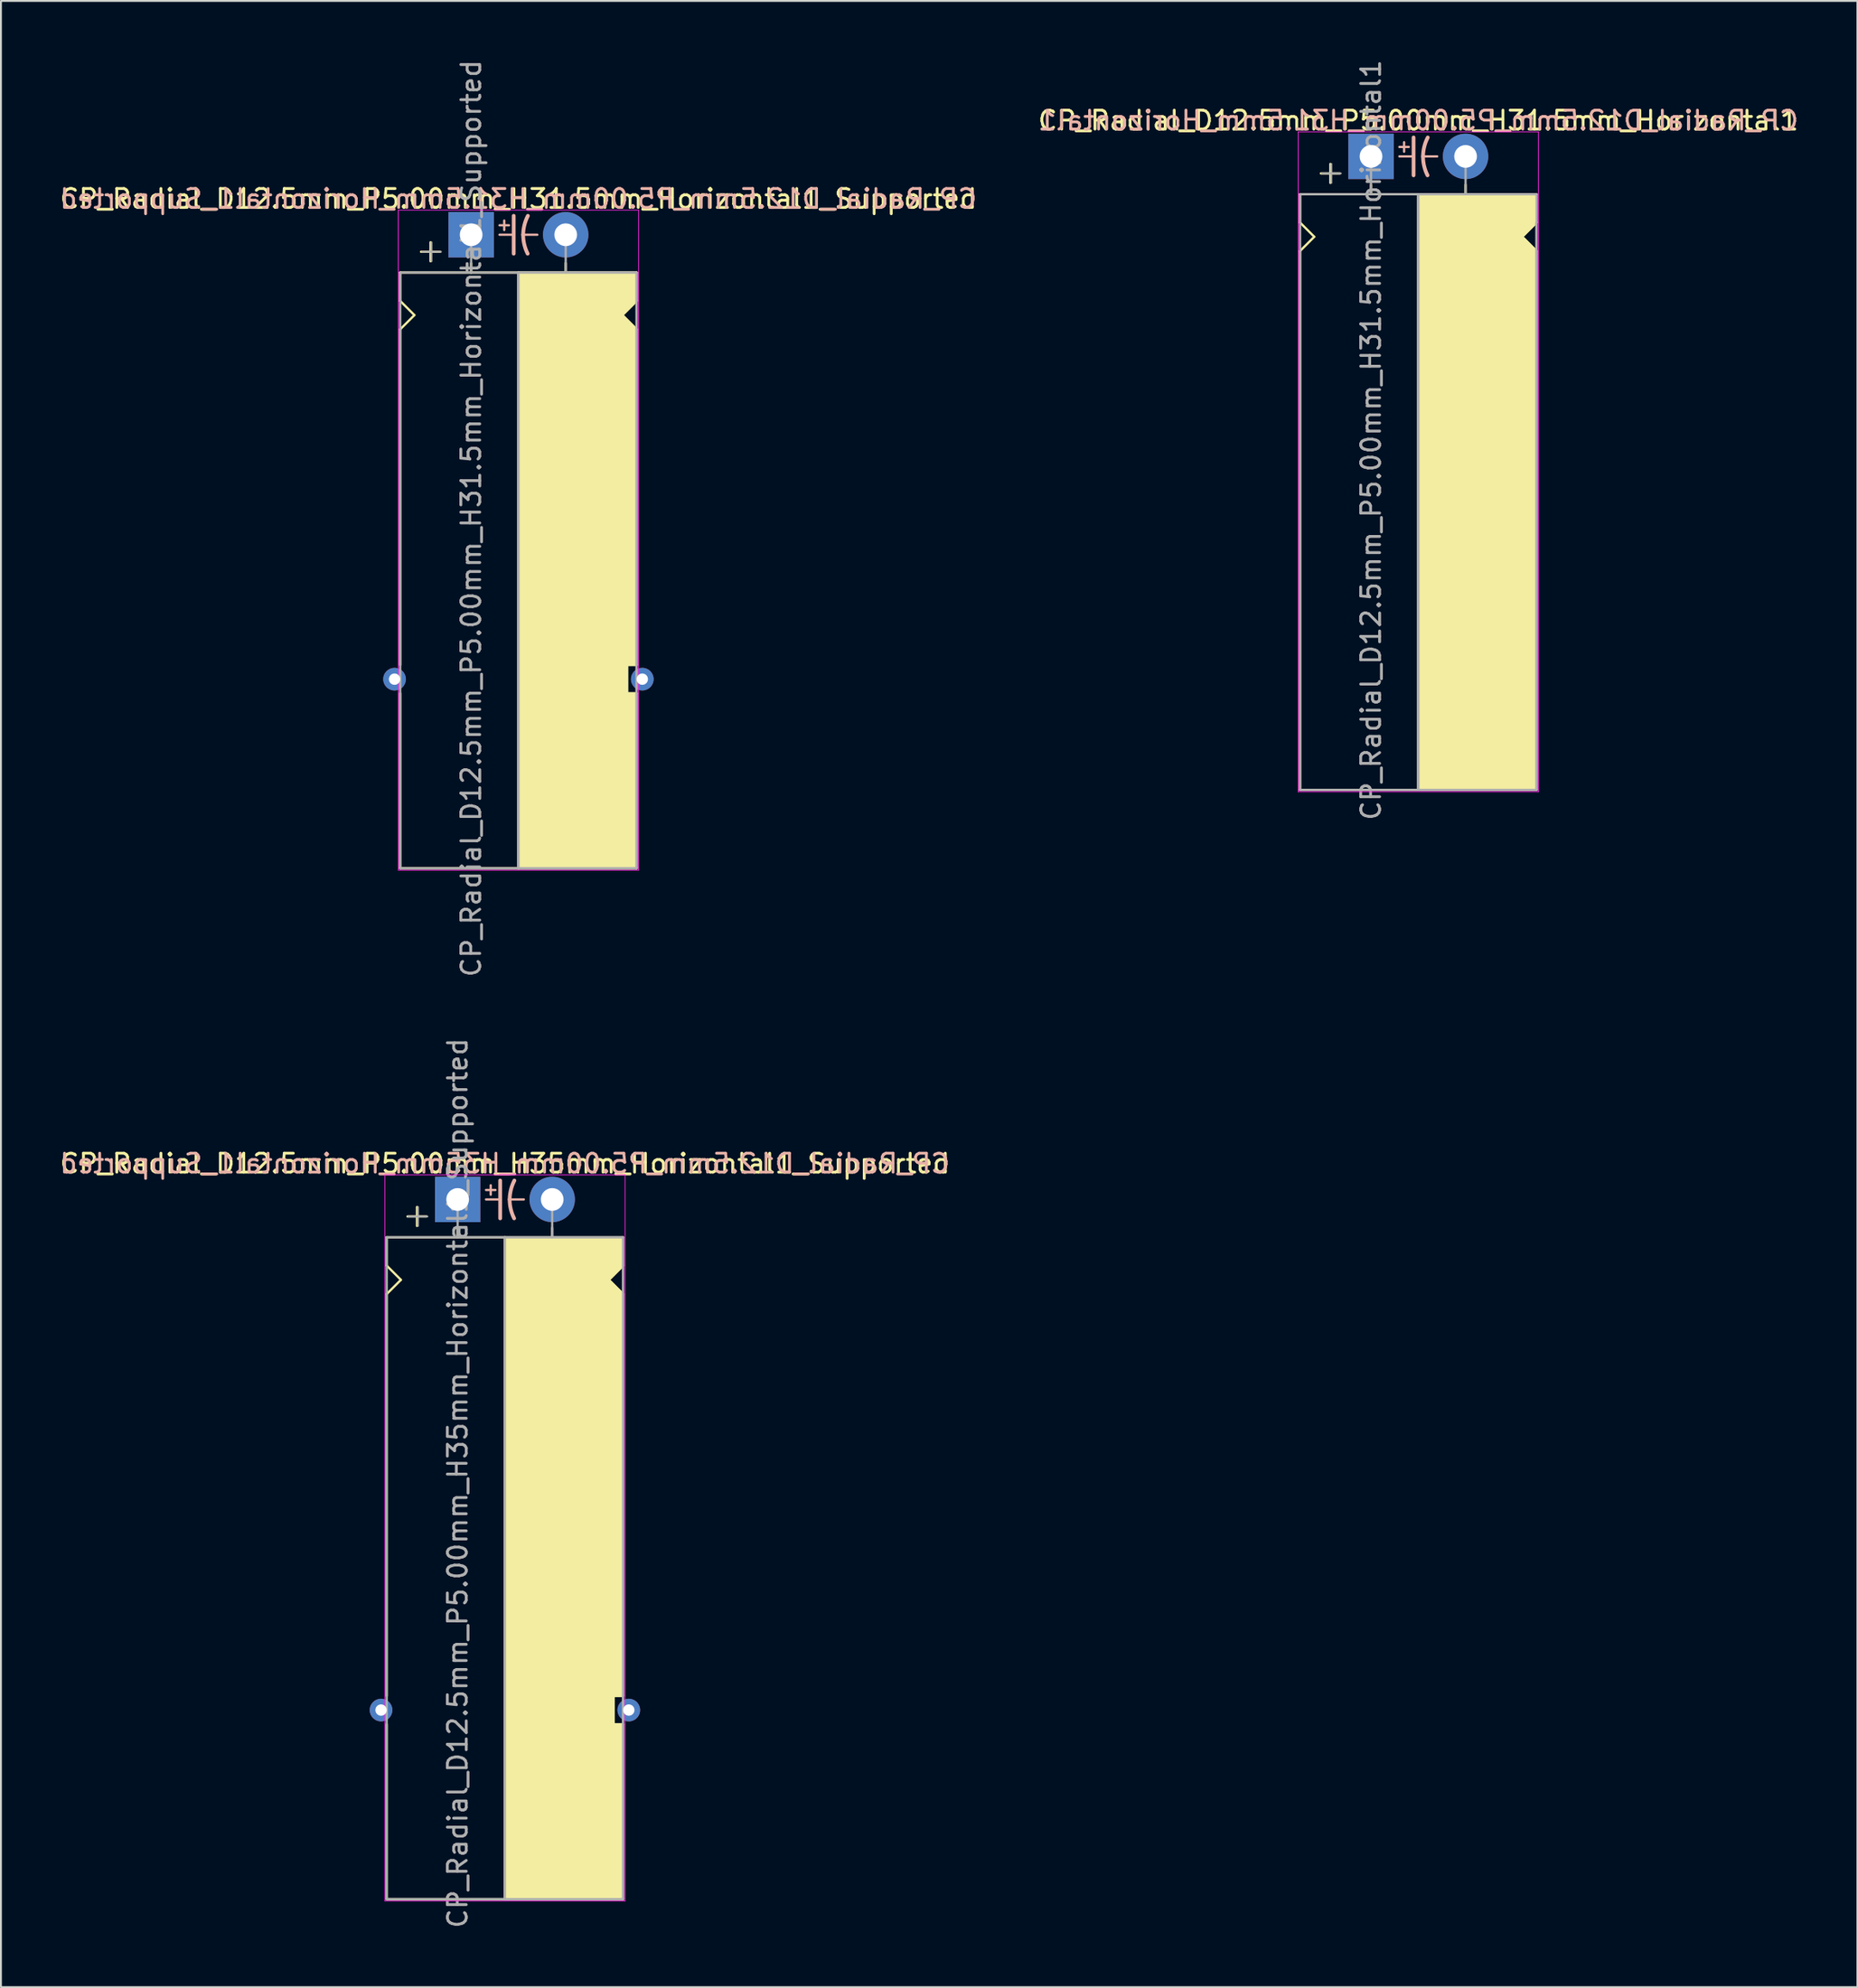
<source format=kicad_pcb>
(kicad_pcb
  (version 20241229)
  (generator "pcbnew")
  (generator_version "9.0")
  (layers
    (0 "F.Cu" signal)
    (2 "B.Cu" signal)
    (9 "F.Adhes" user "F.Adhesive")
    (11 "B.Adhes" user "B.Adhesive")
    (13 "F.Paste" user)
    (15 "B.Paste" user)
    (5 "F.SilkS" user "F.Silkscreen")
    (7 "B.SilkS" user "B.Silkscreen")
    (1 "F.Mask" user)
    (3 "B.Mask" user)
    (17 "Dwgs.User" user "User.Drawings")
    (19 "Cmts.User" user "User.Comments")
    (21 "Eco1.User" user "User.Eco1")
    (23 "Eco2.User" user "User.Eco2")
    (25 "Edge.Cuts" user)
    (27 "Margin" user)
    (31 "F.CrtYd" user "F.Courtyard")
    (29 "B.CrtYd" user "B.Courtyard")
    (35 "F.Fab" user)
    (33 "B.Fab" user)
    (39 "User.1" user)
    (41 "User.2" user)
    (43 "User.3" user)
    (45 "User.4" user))
  (footprint "CP_Radial_D12.5mm_P5.00mm_H35mm_Horizontal1_Supported"
    (layer "F.Cu")
    (at 21.149 60.375)
    (property "Reference" "CP_Radial_D12.5mm_P5.00mm_H35mm_Horizontal1_Supported" (at 2.5 -1.9 180) (layer "F.SilkS") (effects (font (size 1 1) (thickness 0.15))))
    (fp_line (start -3.75 2) (end -3.75 3.5) (stroke (width 0.12) (type solid)) (layer "F.SilkS"))
    (fp_line (start -3.75 3.5) (end -3 4.25) (stroke (width 0.12) (type solid)) (layer "F.SilkS"))
    (fp_line (start -3.75 5) (end -3.75 26.25) (stroke (width 0.12) (type solid)) (layer "F.SilkS"))
    (fp_line (start -3.75 37) (end -3.75 27.75) (stroke (width 0.12) (type solid)) (layer "F.SilkS"))
    (fp_line (start -3 4.25) (end -3.75 5) (stroke (width 0.12) (type solid)) (layer "F.SilkS"))
    (fp_line (start -2.15 0.4) (end -2.15 1.4) (stroke (width 0.12) (type solid)) (layer "F.SilkS"))
    (fp_line (start -1.65 0.9) (end -2.65 0.9) (stroke (width 0.12) (type solid)) (layer "F.SilkS"))
    (fp_line (start 0 1.5) (end 0 2) (stroke (width 0.12) (type solid)) (layer "F.SilkS"))
    (fp_line (start 2.5 2) (end -3.75 2) (stroke (width 0.12) (type solid)) (layer "F.SilkS"))
    (fp_line (start 2.5 2) (end 2.5 37) (stroke (width 0.12) (type solid)) (layer "F.SilkS"))
    (fp_line (start 2.5 2) (end 8.75 2) (stroke (width 0.12) (type solid)) (layer "F.SilkS"))
    (fp_line (start 5 1.5) (end 5 2) (stroke (width 0.12) (type solid)) (layer "F.SilkS"))
    (fp_line (start 8 4.25) (end 8.75 5) (stroke (width 0.12) (type solid)) (layer "F.SilkS"))
    (fp_line (start 8.25 26.25) (end 8.75 26.25) (stroke (width 0.12) (type solid)) (layer "F.SilkS"))
    (fp_line (start 8.25 27.75) (end 8.25 26.25) (stroke (width 0.12) (type solid)) (layer "F.SilkS"))
    (fp_line (start 8.75 2) (end 8.75 3.5) (stroke (width 0.12) (type solid)) (layer "F.SilkS"))
    (fp_line (start 8.75 3.5) (end 8 4.25) (stroke (width 0.12) (type solid)) (layer "F.SilkS"))
    (fp_line (start 8.75 5) (end 8.75 26.25) (stroke (width 0.12) (type solid)) (layer "F.SilkS"))
    (fp_line (start 8.75 27.75) (end 8.25 27.75) (stroke (width 0.12) (type solid)) (layer "F.SilkS"))
    (fp_line (start 8.75 37) (end -3.75 37) (stroke (width 0.12) (type solid)) (layer "F.SilkS"))
    (fp_line (start 8.75 37) (end 8.75 27.75) (stroke (width 0.12) (type solid)) (layer "F.SilkS"))
    (fp_poly (pts (xy 8.75 3.5) (xy 8 4.25) (xy 8.75 5) (xy 8.75 26.25) (xy 8.25 26.25) (xy 8.25 27.75) (xy 8.75 27.75) (xy 8.75 37) (xy 2.5 37) (xy 2.5 2) (xy 8.75 2)) (stroke (width 0.1) (type solid)) (fill yes) (layer "F.SilkS"))
    (fp_line (start 1.5 -0.5) (end 2 -0.5) (stroke (width 0.12) (type solid)) (layer "B.SilkS"))
    (fp_line (start 1.5 0) (end 2.25 0) (stroke (width 0.12) (type solid)) (layer "B.SilkS"))
    (fp_line (start 1.75 -0.75) (end 1.75 -0.25) (stroke (width 0.12) (type solid)) (layer "B.SilkS"))
    (fp_line (start 2.25 1) (end 2.25 -1) (stroke (width 0.2) (type solid)) (layer "B.SilkS"))
    (fp_line (start 3.5 0) (end 2.75 0) (stroke (width 0.12) (type solid)) (layer "B.SilkS"))
    (fp_arc (start 2.75 0) (mid 2.816707 -0.514573) (end 3 -1) (stroke (width 0.2) (type solid)) (layer "B.SilkS"))
    (fp_arc (start 2.987539 1) (mid 2.810247 0.513901) (end 2.75 0) (stroke (width 0.2) (type solid)) (layer "B.SilkS"))
    (fp_line (start -3.85 -1.3) (end 8.85 -1.3) (stroke (width 0.04) (type solid)) (layer "F.CrtYd"))
    (fp_line (start -3.85 37.1) (end -3.85 -1.3) (stroke (width 0.04) (type solid)) (layer "F.CrtYd"))
    (fp_line (start 8.85 -1.3) (end 8.85 37.1) (stroke (width 0.04) (type solid)) (layer "F.CrtYd"))
    (fp_line (start 8.85 37.1) (end -3.85 37.1) (stroke (width 0.04) (type solid)) (layer "F.CrtYd"))
    (fp_line (start -3.75 2) (end -3.75 37) (stroke (width 0.12) (type solid)) (layer "F.Fab"))
    (fp_line (start -3.75 37) (end 8.75 37) (stroke (width 0.12) (type solid)) (layer "F.Fab"))
    (fp_line (start -2.6 0.9) (end -1.6 0.9) (stroke (width 0.1) (type solid)) (layer "F.Fab"))
    (fp_line (start -2.1 1.4) (end -2.1 0.4) (stroke (width 0.1) (type solid)) (layer "F.Fab"))
    (fp_line (start 0 0) (end 0 2) (stroke (width 0.12) (type solid)) (layer "F.Fab"))
    (fp_line (start 0 2) (end -3.75 2) (stroke (width 0.12) (type solid)) (layer "F.Fab"))
    (fp_line (start 2.5 2) (end 2.5 37) (stroke (width 0.12) (type solid)) (layer "F.Fab"))
    (fp_line (start 5 2) (end 5 0) (stroke (width 0.12) (type solid)) (layer "F.Fab"))
    (fp_line (start 8.75 2) (end 0 2) (stroke (width 0.12) (type solid)) (layer "F.Fab"))
    (fp_line (start 8.75 37) (end 8.75 2) (stroke (width 0.12) (type solid)) (layer "F.Fab"))
    (fp_poly (pts (xy 8.75 37) (xy 2.5 37) (xy 2.5 2) (xy 8.75 2)) (stroke (width 0.1) (type solid)) (fill no) (layer "F.Fab"))
    (fp_text user "${REFERENCE}" (at 2.5 -1.9 0) (layer "B.SilkS") (effects (font (size 1 1) (thickness 0.15)) (justify mirror)))
    (fp_text user "${REFERENCE}" (at 0 15 90) (layer "F.Fab") (effects (font (size 1 1) (thickness 0.15))))
    (pad "1" thru_hole rect (at 0 0) (size 2.4 2.4) (drill 1.2) (layers "*.Cu" "*.Mask"))
    (pad "2" thru_hole circle (at 5 0) (size 2.4 2.4) (drill 1.2) (layers "*.Cu" "*.Mask"))
    (pad "~" thru_hole circle (at -4.05 27) (size 1.2 1.2) (drill 0.6) (layers "*.Cu" "*.Mask"))
    (pad "~" thru_hole circle (at 9.05 27) (size 1.2 1.2) (drill 0.6) (layers "*.Cu" "*.Mask")))
  (footprint "CP_Radial_D12.5mm_P5.00mm_H31.5mm_Horizontal1_Supported"
    (layer "F.Cu")
    (at 21.863 9.363)
    (property "Reference" "CP_Radial_D12.5mm_P5.00mm_H31.5mm_Horizontal1_Supported" (at 2.5 -1.9 180) (layer "F.SilkS") (effects (font (size 1 1) (thickness 0.15))))
    (fp_line (start -3.75 2) (end -3.75 3.5) (stroke (width 0.12) (type solid)) (layer "F.SilkS"))
    (fp_line (start -3.75 3.5) (end -3 4.25) (stroke (width 0.12) (type solid)) (layer "F.SilkS"))
    (fp_line (start -3.75 5) (end -3.75 22.75) (stroke (width 0.12) (type solid)) (layer "F.SilkS"))
    (fp_line (start -3.75 33.5) (end -3.75 24.25) (stroke (width 0.12) (type solid)) (layer "F.SilkS"))
    (fp_line (start -3 4.25) (end -3.75 5) (stroke (width 0.12) (type solid)) (layer "F.SilkS"))
    (fp_line (start -2.15 0.4) (end -2.15 1.4) (stroke (width 0.12) (type solid)) (layer "F.SilkS"))
    (fp_line (start -1.65 0.9) (end -2.65 0.9) (stroke (width 0.12) (type solid)) (layer "F.SilkS"))
    (fp_line (start 0 1.5) (end 0 2) (stroke (width 0.12) (type solid)) (layer "F.SilkS"))
    (fp_line (start 2.5 2) (end -3.75 2) (stroke (width 0.12) (type solid)) (layer "F.SilkS"))
    (fp_line (start 2.5 2) (end 2.5 33.5) (stroke (width 0.12) (type solid)) (layer "F.SilkS"))
    (fp_line (start 2.5 2) (end 8.75 2) (stroke (width 0.12) (type solid)) (layer "F.SilkS"))
    (fp_line (start 5 1.5) (end 5 2) (stroke (width 0.12) (type solid)) (layer "F.SilkS"))
    (fp_line (start 8 4.25) (end 8.75 5) (stroke (width 0.12) (type solid)) (layer "F.SilkS"))
    (fp_line (start 8.25 22.75) (end 8.75 22.75) (stroke (width 0.12) (type solid)) (layer "F.SilkS"))
    (fp_line (start 8.25 24.25) (end 8.25 22.75) (stroke (width 0.12) (type solid)) (layer "F.SilkS"))
    (fp_line (start 8.75 2) (end 8.75 3.5) (stroke (width 0.12) (type solid)) (layer "F.SilkS"))
    (fp_line (start 8.75 3.5) (end 8 4.25) (stroke (width 0.12) (type solid)) (layer "F.SilkS"))
    (fp_line (start 8.75 5) (end 8.75 22.75) (stroke (width 0.12) (type solid)) (layer "F.SilkS"))
    (fp_line (start 8.75 24.25) (end 8.25 24.25) (stroke (width 0.12) (type solid)) (layer "F.SilkS"))
    (fp_line (start 8.75 33.5) (end -3.75 33.5) (stroke (width 0.12) (type solid)) (layer "F.SilkS"))
    (fp_line (start 8.75 33.5) (end 8.75 24.25) (stroke (width 0.12) (type solid)) (layer "F.SilkS"))
    (fp_poly (pts (xy 8.75 3.5) (xy 8 4.25) (xy 8.75 5) (xy 8.75 22.75) (xy 8.25 22.75) (xy 8.25 24.25) (xy 8.75 24.25) (xy 8.75 33.5) (xy 2.5 33.5) (xy 2.5 2) (xy 8.75 2)) (stroke (width 0.1) (type solid)) (fill yes) (layer "F.SilkS"))
    (fp_line (start 1.5 -0.5) (end 2 -0.5) (stroke (width 0.12) (type solid)) (layer "B.SilkS"))
    (fp_line (start 1.5 0) (end 2.25 0) (stroke (width 0.12) (type solid)) (layer "B.SilkS"))
    (fp_line (start 1.75 -0.75) (end 1.75 -0.25) (stroke (width 0.12) (type solid)) (layer "B.SilkS"))
    (fp_line (start 2.25 1) (end 2.25 -1) (stroke (width 0.2) (type solid)) (layer "B.SilkS"))
    (fp_line (start 3.5 0) (end 2.75 0) (stroke (width 0.12) (type solid)) (layer "B.SilkS"))
    (fp_arc (start 2.75 0) (mid 2.816707 -0.514573) (end 3 -1) (stroke (width 0.2) (type solid)) (layer "B.SilkS"))
    (fp_arc (start 2.987539 1) (mid 2.810247 0.513901) (end 2.75 0) (stroke (width 0.2) (type solid)) (layer "B.SilkS"))
    (fp_line (start -3.85 -1.3) (end 8.85 -1.3) (stroke (width 0.04) (type solid)) (layer "F.CrtYd"))
    (fp_line (start -3.85 33.6) (end -3.85 -1.3) (stroke (width 0.04) (type solid)) (layer "F.CrtYd"))
    (fp_line (start 8.85 -1.3) (end 8.85 33.6) (stroke (width 0.04) (type solid)) (layer "F.CrtYd"))
    (fp_line (start 8.85 33.6) (end -3.85 33.6) (stroke (width 0.04) (type solid)) (layer "F.CrtYd"))
    (fp_line (start -3.75 2) (end -3.75 33.5) (stroke (width 0.12) (type solid)) (layer "F.Fab"))
    (fp_line (start -3.75 33.5) (end 8.75 33.5) (stroke (width 0.12) (type solid)) (layer "F.Fab"))
    (fp_line (start -2.6 0.9) (end -1.6 0.9) (stroke (width 0.1) (type solid)) (layer "F.Fab"))
    (fp_line (start -2.1 1.4) (end -2.1 0.4) (stroke (width 0.1) (type solid)) (layer "F.Fab"))
    (fp_line (start 0 0) (end 0 2) (stroke (width 0.12) (type solid)) (layer "F.Fab"))
    (fp_line (start 0 2) (end -3.75 2) (stroke (width 0.12) (type solid)) (layer "F.Fab"))
    (fp_line (start 2.5 2) (end 2.5 33.5) (stroke (width 0.12) (type solid)) (layer "F.Fab"))
    (fp_line (start 5 2) (end 5 0) (stroke (width 0.12) (type solid)) (layer "F.Fab"))
    (fp_line (start 8.75 2) (end 0 2) (stroke (width 0.12) (type solid)) (layer "F.Fab"))
    (fp_line (start 8.75 33.5) (end 8.75 2) (stroke (width 0.12) (type solid)) (layer "F.Fab"))
    (fp_poly (pts (xy 8.75 33.5) (xy 2.5 33.5) (xy 2.5 2) (xy 8.75 2)) (stroke (width 0.1) (type solid)) (fill no) (layer "F.Fab"))
    (fp_text user "${REFERENCE}" (at 2.5 -1.9 0) (layer "B.SilkS") (effects (font (size 1 1) (thickness 0.15)) (justify mirror)))
    (fp_text user "${REFERENCE}" (at 0 15 90) (layer "F.Fab") (effects (font (size 1 1) (thickness 0.15))))
    (pad "1" thru_hole rect (at 0 0) (size 2.4 2.4) (drill 1.2) (layers "*.Cu" "*.Mask"))
    (pad "2" thru_hole circle (at 5 0) (size 2.4 2.4) (drill 1.2) (layers "*.Cu" "*.Mask"))
    (pad "~" thru_hole circle (at -4.05 23.5) (size 1.2 1.2) (drill 0.6) (layers "*.Cu" "*.Mask"))
    (pad "~" thru_hole circle (at 9.05 23.5) (size 1.2 1.2) (drill 0.6) (layers "*.Cu" "*.Mask")))
  (footprint "CP_Radial_D12.5mm_P5.00mm_H31.5mm_Horizontal1"
    (layer "F.Cu")
    (at 69.446 5.22)
    (property "Reference" "CP_Radial_D12.5mm_P5.00mm_H31.5mm_Horizontal1" (at 2.5 -1.9 180) (layer "F.SilkS") (effects (font (size 1 1) (thickness 0.15))))
    (fp_line (start -3.75 2) (end -3.75 3.5) (stroke (width 0.12) (type solid)) (layer "F.SilkS"))
    (fp_line (start -3.75 3.5) (end -3 4.25) (stroke (width 0.12) (type solid)) (layer "F.SilkS"))
    (fp_line (start -3.75 5) (end -3.75 33.5) (stroke (width 0.12) (type solid)) (layer "F.SilkS"))
    (fp_line (start -3 4.25) (end -3.75 5) (stroke (width 0.12) (type solid)) (layer "F.SilkS"))
    (fp_line (start -2.15 0.4) (end -2.15 1.4) (stroke (width 0.12) (type solid)) (layer "F.SilkS"))
    (fp_line (start -1.65 0.9) (end -2.65 0.9) (stroke (width 0.12) (type solid)) (layer "F.SilkS"))
    (fp_line (start 0 1.5) (end 0 2) (stroke (width 0.12) (type solid)) (layer "F.SilkS"))
    (fp_line (start 2.5 2) (end -3.75 2) (stroke (width 0.12) (type solid)) (layer "F.SilkS"))
    (fp_line (start 2.5 2) (end 2.5 33.5) (stroke (width 0.12) (type solid)) (layer "F.SilkS"))
    (fp_line (start 2.5 2) (end 8.75 2) (stroke (width 0.12) (type solid)) (layer "F.SilkS"))
    (fp_line (start 5 1.5) (end 5 2) (stroke (width 0.12) (type solid)) (layer "F.SilkS"))
    (fp_line (start 8 4.25) (end 8.75 5) (stroke (width 0.12) (type solid)) (layer "F.SilkS"))
    (fp_line (start 8.75 2) (end 8.75 3.5) (stroke (width 0.12) (type solid)) (layer "F.SilkS"))
    (fp_line (start 8.75 3.5) (end 8 4.25) (stroke (width 0.12) (type solid)) (layer "F.SilkS"))
    (fp_line (start 8.75 5) (end 8.75 33.5) (stroke (width 0.12) (type solid)) (layer "F.SilkS"))
    (fp_line (start 8.75 33.5) (end -3.75 33.5) (stroke (width 0.12) (type solid)) (layer "F.SilkS"))
    (fp_poly (pts (xy 8.75 3.5) (xy 8 4.25) (xy 8.75 5) (xy 8.75 33.5) (xy 2.5 33.5) (xy 2.5 2) (xy 8.75 2)) (stroke (width 0.1) (type solid)) (fill yes) (layer "F.SilkS"))
    (fp_line (start 1.5 -0.5) (end 2 -0.5) (stroke (width 0.12) (type solid)) (layer "B.SilkS"))
    (fp_line (start 1.5 0) (end 2.25 0) (stroke (width 0.12) (type solid)) (layer "B.SilkS"))
    (fp_line (start 1.75 -0.75) (end 1.75 -0.25) (stroke (width 0.12) (type solid)) (layer "B.SilkS"))
    (fp_line (start 2.25 1) (end 2.25 -1) (stroke (width 0.2) (type solid)) (layer "B.SilkS"))
    (fp_line (start 3.5 0) (end 2.75 0) (stroke (width 0.12) (type solid)) (layer "B.SilkS"))
    (fp_arc (start 2.75 0) (mid 2.816707 -0.514573) (end 3 -1) (stroke (width 0.2) (type solid)) (layer "B.SilkS"))
    (fp_arc (start 2.987539 1) (mid 2.810247 0.513901) (end 2.75 0) (stroke (width 0.2) (type solid)) (layer "B.SilkS"))
    (fp_line (start -3.85 -1.3) (end 8.85 -1.3) (stroke (width 0.04) (type solid)) (layer "F.CrtYd"))
    (fp_line (start -3.85 33.6) (end -3.85 -1.3) (stroke (width 0.04) (type solid)) (layer "F.CrtYd"))
    (fp_line (start 8.85 -1.3) (end 8.85 33.6) (stroke (width 0.04) (type solid)) (layer "F.CrtYd"))
    (fp_line (start 8.85 33.6) (end -3.85 33.6) (stroke (width 0.04) (type solid)) (layer "F.CrtYd"))
    (fp_line (start -3.75 2) (end -3.75 33.5) (stroke (width 0.12) (type solid)) (layer "F.Fab"))
    (fp_line (start -3.75 33.5) (end 8.75 33.5) (stroke (width 0.12) (type solid)) (layer "F.Fab"))
    (fp_line (start -2.6 0.9) (end -1.6 0.9) (stroke (width 0.1) (type solid)) (layer "F.Fab"))
    (fp_line (start -2.1 1.4) (end -2.1 0.4) (stroke (width 0.1) (type solid)) (layer "F.Fab"))
    (fp_line (start 0 0) (end 0 2) (stroke (width 0.12) (type solid)) (layer "F.Fab"))
    (fp_line (start 0 2) (end -3.75 2) (stroke (width 0.12) (type solid)) (layer "F.Fab"))
    (fp_line (start 2.5 2) (end 2.5 33.5) (stroke (width 0.12) (type solid)) (layer "F.Fab"))
    (fp_line (start 5 2) (end 5 0) (stroke (width 0.12) (type solid)) (layer "F.Fab"))
    (fp_line (start 8.75 2) (end 0 2) (stroke (width 0.12) (type solid)) (layer "F.Fab"))
    (fp_line (start 8.75 33.5) (end 8.75 3.5) (stroke (width 0.12) (type solid)) (layer "F.Fab"))
    (fp_poly (pts (xy 8.75 33.5) (xy 2.5 33.5) (xy 2.5 2) (xy 8.75 2)) (stroke (width 0.1) (type solid)) (fill no) (layer "F.Fab"))
    (fp_text user "${REFERENCE}" (at 2.5 -1.9 0) (layer "B.SilkS") (effects (font (size 1 1) (thickness 0.15)) (justify mirror)))
    (fp_text user "${REFERENCE}" (at 0 15 90) (layer "F.Fab") (effects (font (size 1 1) (thickness 0.15))))
    (pad "1" thru_hole rect (at 0 0) (size 2.4 2.4) (drill 1.2) (layers "*.Cu" "*.Mask"))
    (pad "2" thru_hole circle (at 5 0) (size 2.4 2.4) (drill 1.2) (layers "*.Cu" "*.Mask")))
  (gr_rect
    (start -3 -3)
    (end 95.167 102.024)
    (stroke (width 0.1) (type default))
    (fill no)
    (layer "Edge.Cuts")))
</source>
